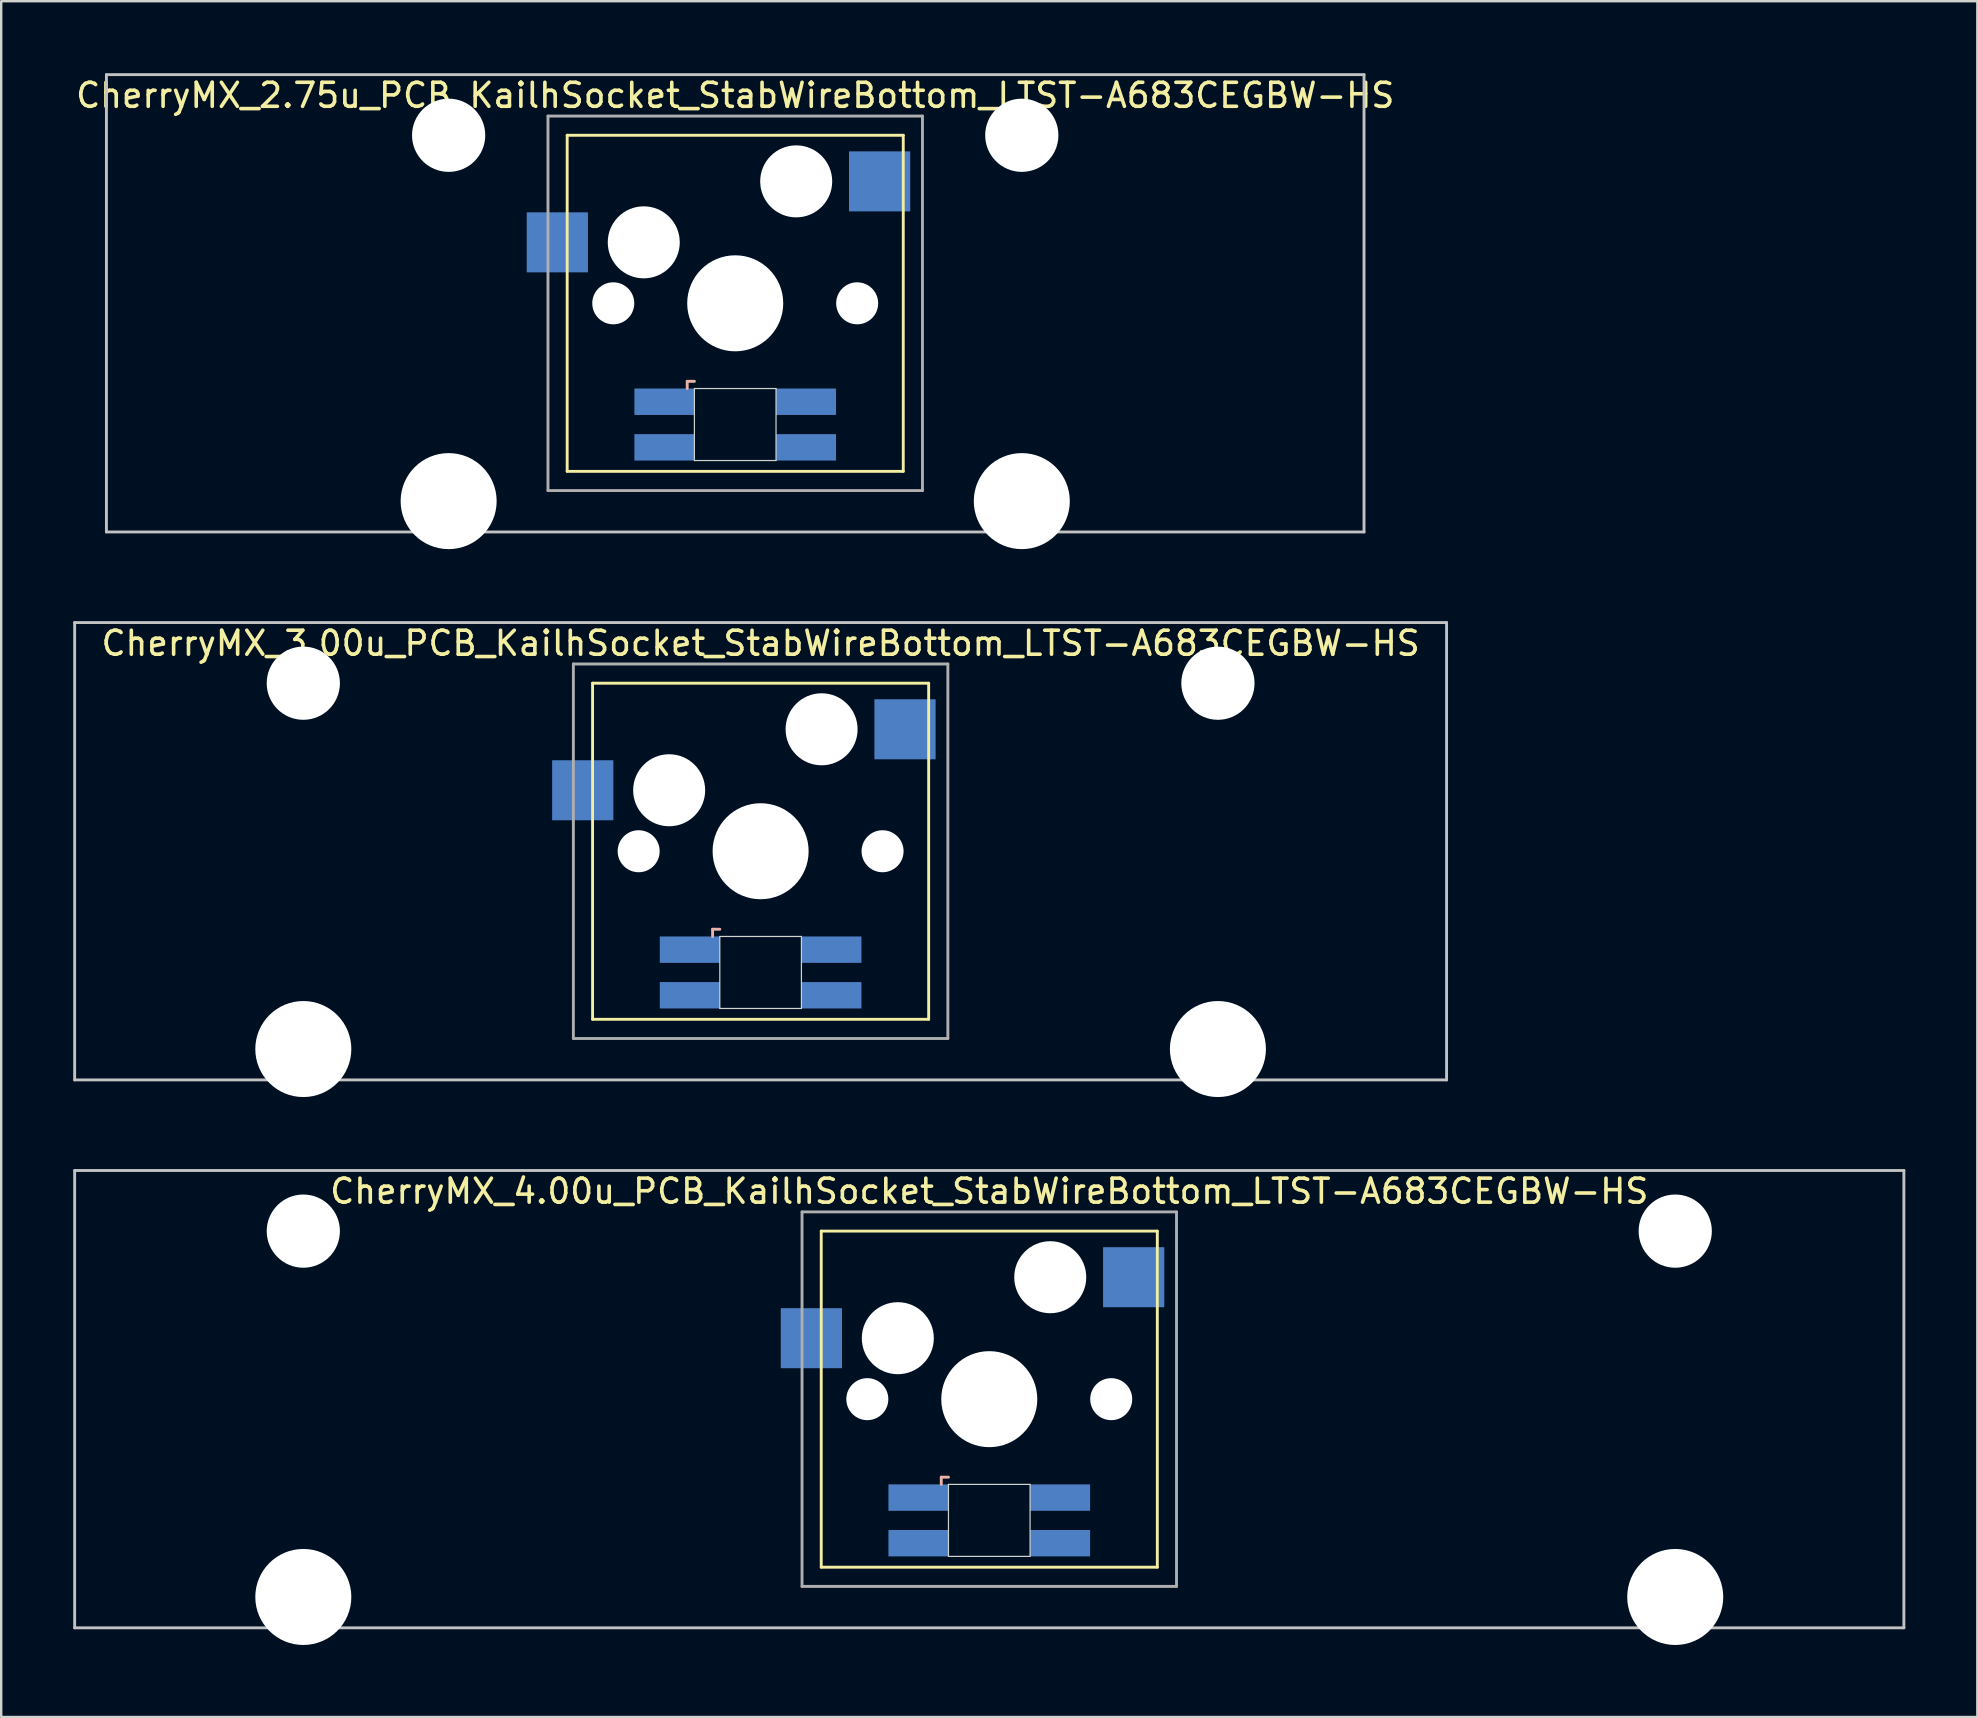
<source format=kicad_pcb>
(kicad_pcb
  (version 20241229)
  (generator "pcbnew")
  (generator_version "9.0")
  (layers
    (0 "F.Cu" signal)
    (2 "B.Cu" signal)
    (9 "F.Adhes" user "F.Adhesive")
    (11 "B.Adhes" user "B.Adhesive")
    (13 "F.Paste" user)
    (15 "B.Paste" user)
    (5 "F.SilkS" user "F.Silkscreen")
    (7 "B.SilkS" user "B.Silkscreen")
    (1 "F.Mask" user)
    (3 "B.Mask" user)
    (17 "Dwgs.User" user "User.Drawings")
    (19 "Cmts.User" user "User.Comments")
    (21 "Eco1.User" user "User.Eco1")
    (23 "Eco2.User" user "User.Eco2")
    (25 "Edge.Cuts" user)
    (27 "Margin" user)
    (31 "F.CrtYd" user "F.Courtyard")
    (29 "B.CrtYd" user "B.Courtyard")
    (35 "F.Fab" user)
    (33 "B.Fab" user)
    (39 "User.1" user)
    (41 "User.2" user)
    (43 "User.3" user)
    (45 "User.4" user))
  (footprint "CherryMX_2.75u_PCB_KailhSocket_StabWireBottom_LTST-A683CEGBW-HS"
    (layer "F.Cu")
    (at 27.577 9.585)
    (property "Reference" "CherryMX_2.75u_PCB_KailhSocket_StabWireBottom_LTST-A683CEGBW-HS" (at 0 -8.662 0) (layer "F.SilkS") (effects (font (size 1 1) (thickness 0.15))))
    (attr through_hole)
    (fp_line (start -7 -7) (end -7 7) (stroke (width 0.12) (type solid)) (layer "F.SilkS"))
    (fp_line (start -7 -7) (end 7 -7) (stroke (width 0.12) (type solid)) (layer "F.SilkS"))
    (fp_line (start 7 -7) (end 7 7) (stroke (width 0.12) (type solid)) (layer "F.SilkS"))
    (fp_line (start 7 7) (end -7 7) (stroke (width 0.12) (type solid)) (layer "F.SilkS"))
    (fp_line (start -2 3.25) (end -2 3.55) (stroke (width 0.12) (type solid)) (layer "B.SilkS"))
    (fp_line (start -1.7 3.25) (end -2 3.25) (stroke (width 0.12) (type solid)) (layer "B.SilkS"))
    (fp_line (start -26.194 -9.525) (end 26.194 -9.525) (stroke (width 0.12) (type solid)) (layer "Dwgs.User"))
    (fp_line (start -26.194 9.525) (end -26.194 -9.525) (stroke (width 0.12) (type solid)) (layer "Dwgs.User"))
    (fp_line (start 26.194 -9.525) (end 26.194 9.525) (stroke (width 0.12) (type solid)) (layer "Dwgs.User"))
    (fp_line (start 26.194 9.525) (end -26.194 9.525) (stroke (width 0.12) (type solid)) (layer "Dwgs.User"))
    (fp_line (start -1.7 3.55) (end 1.7 3.55) (stroke (width 0.05) (type solid)) (layer "Edge.Cuts"))
    (fp_line (start -1.7 6.55) (end -1.7 3.55) (stroke (width 0.05) (type solid)) (layer "Edge.Cuts"))
    (fp_line (start 1.7 3.55) (end 1.7 6.55) (stroke (width 0.05) (type solid)) (layer "Edge.Cuts"))
    (fp_line (start 1.7 6.55) (end -1.7 6.55) (stroke (width 0.05) (type solid)) (layer "Edge.Cuts"))
    (fp_line (start -7.8 -7.8) (end -7.8 7.8) (stroke (width 0.12) (type solid)) (layer "F.Fab"))
    (fp_line (start -7.8 -7.8) (end 7.8 -7.8) (stroke (width 0.12) (type solid)) (layer "F.Fab"))
    (fp_line (start -7.8 7.8) (end 7.8 7.8) (stroke (width 0.12) (type solid)) (layer "F.Fab"))
    (fp_line (start 7.8 -7.8) (end 7.8 7.8) (stroke (width 0.12) (type solid)) (layer "F.Fab"))
    (pad "" np_thru_hole circle (at -11.938 -7) (size 3.05 3.05) (drill 3.05) (layers "*.Cu" "*.Mask"))
    (pad "" np_thru_hole circle (at -11.938 8.24) (size 4 4) (drill 4) (layers "*.Cu" "*.Mask"))
    (pad "" np_thru_hole circle (at -5.08 0) (size 1.75 1.75) (drill 1.75) (layers "*.Cu" "*.Mask"))
    (pad "" np_thru_hole circle (at -3.81 -2.54) (size 3 3) (drill 3) (layers "*.Cu" "*.Mask"))
    (pad "" np_thru_hole circle (at 0 0) (size 4 4) (drill 4) (layers "*.Cu" "*.Mask"))
    (pad "" np_thru_hole circle (at 2.54 -5.08) (size 3 3) (drill 3) (layers "*.Cu" "*.Mask"))
    (pad "" np_thru_hole circle (at 5.08 0) (size 1.75 1.75) (drill 1.75) (layers "*.Cu" "*.Mask"))
    (pad "" np_thru_hole circle (at 11.938 -7) (size 3.05 3.05) (drill 3.05) (layers "*.Cu" "*.Mask"))
    (pad "" np_thru_hole circle (at 11.938 8.24) (size 4 4) (drill 4) (layers "*.Cu" "*.Mask"))
    (pad "1" smd rect (at -7.41 -2.54) (size 2.55 2.5) (layers "B.Cu" "B.Mask" "B.Paste"))
    (pad "2" smd rect (at 6.015 -5.08) (size 2.55 2.5) (layers "B.Cu" "B.Mask" "B.Paste"))
    (pad "3" smd rect (at -2.95 4.1) (size 2.5 1.1) (layers "B.Cu" "B.Mask" "B.Paste"))
    (pad "4" smd rect (at -2.95 6) (size 2.5 1.1) (layers "B.Cu" "B.Mask" "B.Paste"))
    (pad "5" smd rect (at 2.95 4.1) (size 2.5 1.1) (layers "B.Cu" "B.Mask" "B.Paste"))
    (pad "6" smd rect (at 2.95 6) (size 2.5 1.1) (layers "B.Cu" "B.Mask" "B.Paste")))
  (footprint "CherryMX_3.00u_PCB_KailhSocket_StabWireBottom_LTST-A683CEGBW-HS"
    (layer "F.Cu")
    (at 28.635 32.41)
    (property "Reference" "CherryMX_3.00u_PCB_KailhSocket_StabWireBottom_LTST-A683CEGBW-HS" (at 0 -8.662 0) (layer "F.SilkS") (effects (font (size 1 1) (thickness 0.15))))
    (attr through_hole)
    (fp_line (start -7 -7) (end -7 7) (stroke (width 0.12) (type solid)) (layer "F.SilkS"))
    (fp_line (start -7 -7) (end 7 -7) (stroke (width 0.12) (type solid)) (layer "F.SilkS"))
    (fp_line (start 7 -7) (end 7 7) (stroke (width 0.12) (type solid)) (layer "F.SilkS"))
    (fp_line (start 7 7) (end -7 7) (stroke (width 0.12) (type solid)) (layer "F.SilkS"))
    (fp_line (start -2 3.25) (end -2 3.55) (stroke (width 0.12) (type solid)) (layer "B.SilkS"))
    (fp_line (start -1.7 3.25) (end -2 3.25) (stroke (width 0.12) (type solid)) (layer "B.SilkS"))
    (fp_line (start -28.575 -9.525) (end 28.575 -9.525) (stroke (width 0.12) (type solid)) (layer "Dwgs.User"))
    (fp_line (start -28.575 9.525) (end -28.575 -9.525) (stroke (width 0.12) (type solid)) (layer "Dwgs.User"))
    (fp_line (start 28.575 -9.525) (end 28.575 9.525) (stroke (width 0.12) (type solid)) (layer "Dwgs.User"))
    (fp_line (start 28.575 9.525) (end -28.575 9.525) (stroke (width 0.12) (type solid)) (layer "Dwgs.User"))
    (fp_line (start -1.7 3.55) (end 1.7 3.55) (stroke (width 0.05) (type solid)) (layer "Edge.Cuts"))
    (fp_line (start -1.7 6.55) (end -1.7 3.55) (stroke (width 0.05) (type solid)) (layer "Edge.Cuts"))
    (fp_line (start 1.7 3.55) (end 1.7 6.55) (stroke (width 0.05) (type solid)) (layer "Edge.Cuts"))
    (fp_line (start 1.7 6.55) (end -1.7 6.55) (stroke (width 0.05) (type solid)) (layer "Edge.Cuts"))
    (fp_line (start -7.8 -7.8) (end -7.8 7.8) (stroke (width 0.12) (type solid)) (layer "F.Fab"))
    (fp_line (start -7.8 -7.8) (end 7.8 -7.8) (stroke (width 0.12) (type solid)) (layer "F.Fab"))
    (fp_line (start -7.8 7.8) (end 7.8 7.8) (stroke (width 0.12) (type solid)) (layer "F.Fab"))
    (fp_line (start 7.8 -7.8) (end 7.8 7.8) (stroke (width 0.12) (type solid)) (layer "F.Fab"))
    (pad "" np_thru_hole circle (at -19.05 -7) (size 3.05 3.05) (drill 3.05) (layers "*.Cu" "*.Mask"))
    (pad "" np_thru_hole circle (at -19.05 8.24) (size 4 4) (drill 4) (layers "*.Cu" "*.Mask"))
    (pad "" np_thru_hole circle (at -5.08 0) (size 1.75 1.75) (drill 1.75) (layers "*.Cu" "*.Mask"))
    (pad "" np_thru_hole circle (at -3.81 -2.54) (size 3 3) (drill 3) (layers "*.Cu" "*.Mask"))
    (pad "" np_thru_hole circle (at 0 0) (size 4 4) (drill 4) (layers "*.Cu" "*.Mask"))
    (pad "" np_thru_hole circle (at 2.54 -5.08) (size 3 3) (drill 3) (layers "*.Cu" "*.Mask"))
    (pad "" np_thru_hole circle (at 5.08 0) (size 1.75 1.75) (drill 1.75) (layers "*.Cu" "*.Mask"))
    (pad "" np_thru_hole circle (at 19.05 -7) (size 3.05 3.05) (drill 3.05) (layers "*.Cu" "*.Mask"))
    (pad "" np_thru_hole circle (at 19.05 8.24) (size 4 4) (drill 4) (layers "*.Cu" "*.Mask"))
    (pad "1" smd rect (at -7.41 -2.54) (size 2.55 2.5) (layers "B.Cu" "B.Mask" "B.Paste"))
    (pad "2" smd rect (at 6.015 -5.08) (size 2.55 2.5) (layers "B.Cu" "B.Mask" "B.Paste"))
    (pad "3" smd rect (at -2.95 4.1) (size 2.5 1.1) (layers "B.Cu" "B.Mask" "B.Paste"))
    (pad "4" smd rect (at -2.95 6) (size 2.5 1.1) (layers "B.Cu" "B.Mask" "B.Paste"))
    (pad "5" smd rect (at 2.95 4.1) (size 2.5 1.1) (layers "B.Cu" "B.Mask" "B.Paste"))
    (pad "6" smd rect (at 2.95 6) (size 2.5 1.1) (layers "B.Cu" "B.Mask" "B.Paste")))
  (footprint "CherryMX_4.00u_PCB_KailhSocket_StabWireBottom_LTST-A683CEGBW-HS"
    (layer "F.Cu")
    (at 38.16 55.235)
    (property "Reference" "CherryMX_4.00u_PCB_KailhSocket_StabWireBottom_LTST-A683CEGBW-HS" (at 0 -8.662 0) (layer "F.SilkS") (effects (font (size 1 1) (thickness 0.15))))
    (attr through_hole)
    (fp_line (start -7 -7) (end -7 7) (stroke (width 0.12) (type solid)) (layer "F.SilkS"))
    (fp_line (start -7 -7) (end 7 -7) (stroke (width 0.12) (type solid)) (layer "F.SilkS"))
    (fp_line (start 7 -7) (end 7 7) (stroke (width 0.12) (type solid)) (layer "F.SilkS"))
    (fp_line (start 7 7) (end -7 7) (stroke (width 0.12) (type solid)) (layer "F.SilkS"))
    (fp_line (start -2 3.25) (end -2 3.55) (stroke (width 0.12) (type solid)) (layer "B.SilkS"))
    (fp_line (start -1.7 3.25) (end -2 3.25) (stroke (width 0.12) (type solid)) (layer "B.SilkS"))
    (fp_line (start -38.1 -9.525) (end 38.1 -9.525) (stroke (width 0.12) (type solid)) (layer "Dwgs.User"))
    (fp_line (start -38.1 9.525) (end -38.1 -9.525) (stroke (width 0.12) (type solid)) (layer "Dwgs.User"))
    (fp_line (start 38.1 -9.525) (end 38.1 9.525) (stroke (width 0.12) (type solid)) (layer "Dwgs.User"))
    (fp_line (start 38.1 9.525) (end -38.1 9.525) (stroke (width 0.12) (type solid)) (layer "Dwgs.User"))
    (fp_line (start -1.7 3.55) (end 1.7 3.55) (stroke (width 0.05) (type solid)) (layer "Edge.Cuts"))
    (fp_line (start -1.7 6.55) (end -1.7 3.55) (stroke (width 0.05) (type solid)) (layer "Edge.Cuts"))
    (fp_line (start 1.7 3.55) (end 1.7 6.55) (stroke (width 0.05) (type solid)) (layer "Edge.Cuts"))
    (fp_line (start 1.7 6.55) (end -1.7 6.55) (stroke (width 0.05) (type solid)) (layer "Edge.Cuts"))
    (fp_line (start -7.8 -7.8) (end -7.8 7.8) (stroke (width 0.12) (type solid)) (layer "F.Fab"))
    (fp_line (start -7.8 -7.8) (end 7.8 -7.8) (stroke (width 0.12) (type solid)) (layer "F.Fab"))
    (fp_line (start -7.8 7.8) (end 7.8 7.8) (stroke (width 0.12) (type solid)) (layer "F.Fab"))
    (fp_line (start 7.8 -7.8) (end 7.8 7.8) (stroke (width 0.12) (type solid)) (layer "F.Fab"))
    (pad "" np_thru_hole circle (at -28.575 -7) (size 3.05 3.05) (drill 3.05) (layers "*.Cu" "*.Mask"))
    (pad "" np_thru_hole circle (at -28.575 8.24) (size 4 4) (drill 4) (layers "*.Cu" "*.Mask"))
    (pad "" np_thru_hole circle (at -5.08 0) (size 1.75 1.75) (drill 1.75) (layers "*.Cu" "*.Mask"))
    (pad "" np_thru_hole circle (at -3.81 -2.54) (size 3 3) (drill 3) (layers "*.Cu" "*.Mask"))
    (pad "" np_thru_hole circle (at 0 0) (size 4 4) (drill 4) (layers "*.Cu" "*.Mask"))
    (pad "" np_thru_hole circle (at 2.54 -5.08) (size 3 3) (drill 3) (layers "*.Cu" "*.Mask"))
    (pad "" np_thru_hole circle (at 5.08 0) (size 1.75 1.75) (drill 1.75) (layers "*.Cu" "*.Mask"))
    (pad "" np_thru_hole circle (at 28.575 -7) (size 3.05 3.05) (drill 3.05) (layers "*.Cu" "*.Mask"))
    (pad "" np_thru_hole circle (at 28.575 8.24) (size 4 4) (drill 4) (layers "*.Cu" "*.Mask"))
    (pad "1" smd rect (at -7.41 -2.54) (size 2.55 2.5) (layers "B.Cu" "B.Mask" "B.Paste"))
    (pad "2" smd rect (at 6.015 -5.08) (size 2.55 2.5) (layers "B.Cu" "B.Mask" "B.Paste"))
    (pad "3" smd rect (at -2.95 4.1) (size 2.5 1.1) (layers "B.Cu" "B.Mask" "B.Paste"))
    (pad "4" smd rect (at -2.95 6) (size 2.5 1.1) (layers "B.Cu" "B.Mask" "B.Paste"))
    (pad "5" smd rect (at 2.95 4.1) (size 2.5 1.1) (layers "B.Cu" "B.Mask" "B.Paste"))
    (pad "6" smd rect (at 2.95 6) (size 2.5 1.1) (layers "B.Cu" "B.Mask" "B.Paste")))
  (gr_rect
    (start -3 -3)
    (end 79.32 68.475)
    (stroke (width 0.1) (type default))
    (fill no)
    (layer "Edge.Cuts")))
</source>
